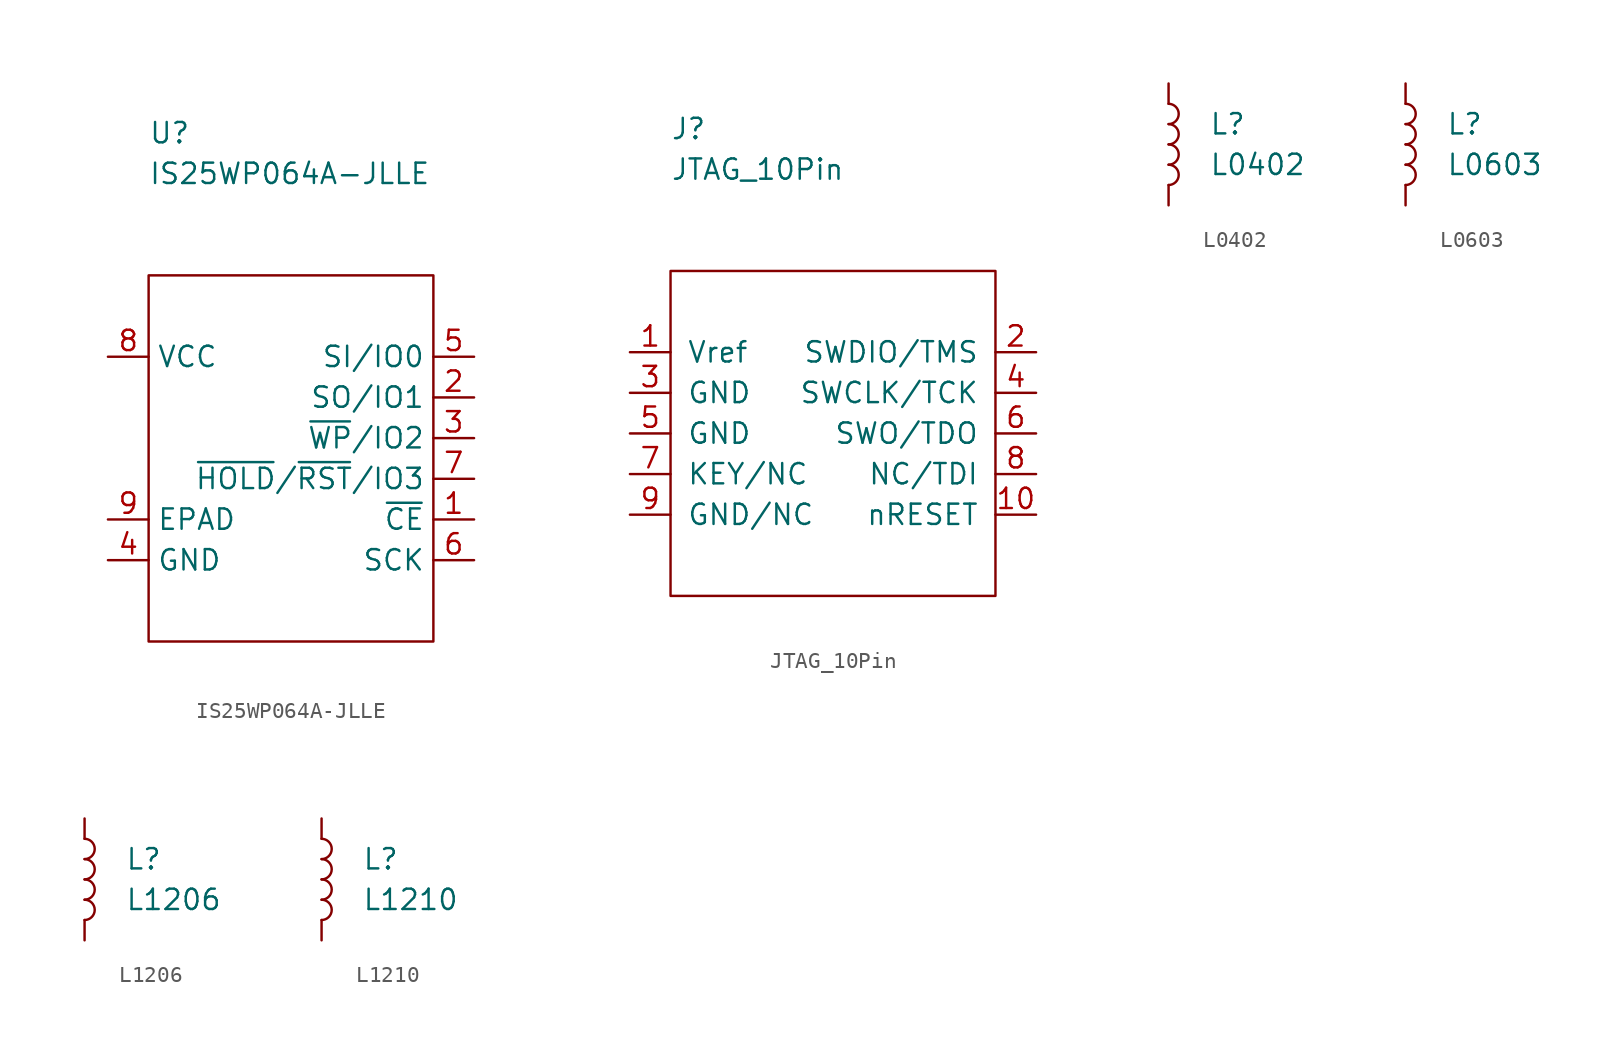
<source format=kicad_sym>
(kicad_symbol_lib
  (version 20211014)
  (generator kicad_symbol_editor)
  (symbol "IS25WP064A-JLLE"
    (property "Reference" "U"
      (at 0 8.89 0)
      (effects (font (size 1.27 1.27)) (justify left)))
    (property "Value" "IS25WP064A-JLLE"
      (at 0 6.35 0)
      (effects (font (size 1.27 1.27)) (justify left)))
    (symbol "IS25WP064A-JLLE_0_1"
      (rectangle (start 0 0) (end 17.78 -22.86) (stroke (width 0.152) (type default) (color 0 0 0 0)) (fill (type none))))
    (symbol "IS25WP064A-JLLE_1_1"
      (pin passive line (at 20.32 -15.24 180) (length 2.54) (name "~{CE}" (effects (font (size 1.27 1.27)))) (number "1" (effects (font (size 1.27 1.27)))))
      (pin passive line (at 20.32 -7.62 180) (length 2.54) (name "SO/IO1" (effects (font (size 1.27 1.27)))) (number "2" (effects (font (size 1.27 1.27)))))
      (pin passive line (at 20.32 -10.16 180) (length 2.54) (name "~{WP}/IO2" (effects (font (size 1.27 1.27)))) (number "3" (effects (font (size 1.27 1.27)))))
      (pin passive line (at -2.54 -17.78 0) (length 2.54) (name "GND" (effects (font (size 1.27 1.27)))) (number "4" (effects (font (size 1.27 1.27)))))
      (pin passive line (at 20.32 -5.08 180) (length 2.54) (name "SI/IO0" (effects (font (size 1.27 1.27)))) (number "5" (effects (font (size 1.27 1.27)))))
      (pin passive line (at 20.32 -17.78 180) (length 2.54) (name "SCK" (effects (font (size 1.27 1.27)))) (number "6" (effects (font (size 1.27 1.27)))))
      (pin passive line (at 20.32 -12.7 180) (length 2.54) (name "~{HOLD}/~{RST}/IO3" (effects (font (size 1.27 1.27)))) (number "7" (effects (font (size 1.27 1.27)))))
      (pin passive line (at -2.54 -5.08 0) (length 2.54) (name "VCC" (effects (font (size 1.27 1.27)))) (number "8" (effects (font (size 1.27 1.27)))))
      (pin passive line (at -2.54 -15.24 0) (length 2.54) (name "EPAD" (effects (font (size 1.27 1.27)))) (number "9" (effects (font (size 1.27 1.27)))))))
  (symbol "JTAG_10Pin"
    (pin_names
      (offset 1.016))
    (property "Reference" "J"
      (at 0 8.89 0)
      (effects (font (size 1.27 1.27)) (justify left)))
    (property "Value" "JTAG_10Pin"
      (at 0 6.35 0)
      (effects (font (size 1.27 1.27)) (justify left)))
    (symbol "JTAG_10Pin_0_1"
      (rectangle (start 0 0) (end 20.32 -20.32) (stroke (width 0.152) (type default) (color 0 0 0 0)) (fill (type none))))
    (symbol "JTAG_10Pin_1_1"
      (pin passive line (at -2.54 -5.08 0) (length 2.54) (name "Vref" (effects (font (size 1.27 1.27)))) (number "1" (effects (font (size 1.27 1.27)))))
      (pin passive line (at 22.86 -15.24 180) (length 2.54) (name "nRESET" (effects (font (size 1.27 1.27)))) (number "10" (effects (font (size 1.27 1.27)))))
      (pin passive line (at 22.86 -5.08 180) (length 2.54) (name "SWDIO/TMS" (effects (font (size 1.27 1.27)))) (number "2" (effects (font (size 1.27 1.27)))))
      (pin passive line (at -2.54 -7.62 0) (length 2.54) (name "GND" (effects (font (size 1.27 1.27)))) (number "3" (effects (font (size 1.27 1.27)))))
      (pin passive line (at 22.86 -7.62 180) (length 2.54) (name "SWCLK/TCK" (effects (font (size 1.27 1.27)))) (number "4" (effects (font (size 1.27 1.27)))))
      (pin passive line (at -2.54 -10.16 0) (length 2.54) (name "GND" (effects (font (size 1.27 1.27)))) (number "5" (effects (font (size 1.27 1.27)))))
      (pin passive line (at 22.86 -10.16 180) (length 2.54) (name "SWO/TDO" (effects (font (size 1.27 1.27)))) (number "6" (effects (font (size 1.27 1.27)))))
      (pin passive line (at -2.54 -12.7 0) (length 2.54) (name "KEY/NC" (effects (font (size 1.27 1.27)))) (number "7" (effects (font (size 1.27 1.27)))))
      (pin passive line (at 22.86 -12.7 180) (length 2.54) (name "NC/TDI" (effects (font (size 1.27 1.27)))) (number "8" (effects (font (size 1.27 1.27)))))
      (pin passive line (at -2.54 -15.24 0) (length 2.54) (name "GND/NC" (effects (font (size 1.27 1.27)))) (number "9" (effects (font (size 1.27 1.27)))))))
  (symbol "L0402"
    (pin_numbers hide)
    (pin_names
      (offset 1.016) hide)
    (property "Reference" "L"
      (at 2.54 2.54 0)
      (effects (font (size 1.27 1.27)) (justify left)))
    (property "Value" "L0402"
      (at 2.54 0 0)
      (effects (font (size 1.27 1.27)) (justify left)))
    (symbol "L0402_0_1"
      (arc (start 0 -1.27) (mid 0.635 -0.635) (end 0 0) (stroke (width 0) (type default) (color 0 0 0 0)) (fill (type none)))
      (arc (start 0 0) (mid 0.635 0.635) (end 0 1.27) (stroke (width 0) (type default) (color 0 0 0 0)) (fill (type none)))
      (arc (start 0 1.27) (mid 0.635 1.905) (end 0 2.54) (stroke (width 0) (type default) (color 0 0 0 0)) (fill (type none)))
      (arc (start 0 2.54) (mid 0.635 3.175) (end 0 3.81) (stroke (width 0) (type default) (color 0 0 0 0)) (fill (type none))))
    (symbol "L0402_1_1"
      (pin passive line (at 0 5.08 270) (length 1.27) (name "1" (effects (font (size 1.27 1.27)))) (number "1" (effects (font (size 1.27 1.27)))))
      (pin passive line (at 0 -2.54 90) (length 1.27) (name "2" (effects (font (size 1.27 1.27)))) (number "2" (effects (font (size 1.27 1.27)))))))
  (symbol "L0603"
    (pin_numbers hide)
    (pin_names
      (offset 1.016) hide)
    (property "Reference" "L"
      (at 2.54 2.54 0)
      (effects (font (size 1.27 1.27)) (justify left)))
    (property "Value" "L0603"
      (at 2.54 0 0)
      (effects (font (size 1.27 1.27)) (justify left)))
    (symbol "L0603_0_1"
      (arc (start 0 -1.27) (mid 0.635 -0.635) (end 0 0) (stroke (width 0) (type default) (color 0 0 0 0)) (fill (type none)))
      (arc (start 0 0) (mid 0.635 0.635) (end 0 1.27) (stroke (width 0) (type default) (color 0 0 0 0)) (fill (type none)))
      (arc (start 0 1.27) (mid 0.635 1.905) (end 0 2.54) (stroke (width 0) (type default) (color 0 0 0 0)) (fill (type none)))
      (arc (start 0 2.54) (mid 0.635 3.175) (end 0 3.81) (stroke (width 0) (type default) (color 0 0 0 0)) (fill (type none))))
    (symbol "L0603_1_1"
      (pin passive line (at 0 5.08 270) (length 1.27) (name "1" (effects (font (size 1.27 1.27)))) (number "1" (effects (font (size 1.27 1.27)))))
      (pin passive line (at 0 -2.54 90) (length 1.27) (name "2" (effects (font (size 1.27 1.27)))) (number "2" (effects (font (size 1.27 1.27)))))))
  (symbol "L1206"
    (pin_numbers hide)
    (pin_names
      (offset 1.016) hide)
    (property "Reference" "L"
      (at 2.54 2.54 0)
      (effects (font (size 1.27 1.27)) (justify left)))
    (property "Value" "L1206"
      (at 2.54 0 0)
      (effects (font (size 1.27 1.27)) (justify left)))
    (symbol "L1206_0_1"
      (arc (start 0 -1.27) (mid 0.635 -0.635) (end 0 0) (stroke (width 0) (type default) (color 0 0 0 0)) (fill (type none)))
      (arc (start 0 0) (mid 0.635 0.635) (end 0 1.27) (stroke (width 0) (type default) (color 0 0 0 0)) (fill (type none)))
      (arc (start 0 1.27) (mid 0.635 1.905) (end 0 2.54) (stroke (width 0) (type default) (color 0 0 0 0)) (fill (type none)))
      (arc (start 0 2.54) (mid 0.635 3.175) (end 0 3.81) (stroke (width 0) (type default) (color 0 0 0 0)) (fill (type none))))
    (symbol "L1206_1_1"
      (pin passive line (at 0 5.08 270) (length 1.27) (name "1" (effects (font (size 1.27 1.27)))) (number "1" (effects (font (size 1.27 1.27)))))
      (pin passive line (at 0 -2.54 90) (length 1.27) (name "2" (effects (font (size 1.27 1.27)))) (number "2" (effects (font (size 1.27 1.27)))))))
  (symbol "L1210"
    (pin_numbers hide)
    (pin_names
      (offset 1.016) hide)
    (property "Reference" "L"
      (at 2.54 2.54 0)
      (effects (font (size 1.27 1.27)) (justify left)))
    (property "Value" "L1210"
      (at 2.54 0 0)
      (effects (font (size 1.27 1.27)) (justify left)))
    (symbol "L1210_0_1"
      (arc (start 0 -1.27) (mid 0.635 -0.635) (end 0 0) (stroke (width 0) (type default) (color 0 0 0 0)) (fill (type none)))
      (arc (start 0 0) (mid 0.635 0.635) (end 0 1.27) (stroke (width 0) (type default) (color 0 0 0 0)) (fill (type none)))
      (arc (start 0 1.27) (mid 0.635 1.905) (end 0 2.54) (stroke (width 0) (type default) (color 0 0 0 0)) (fill (type none)))
      (arc (start 0 2.54) (mid 0.635 3.175) (end 0 3.81) (stroke (width 0) (type default) (color 0 0 0 0)) (fill (type none))))
    (symbol "L1210_1_1"
      (pin passive line (at 0 5.08 270) (length 1.27) (name "1" (effects (font (size 1.27 1.27)))) (number "1" (effects (font (size 1.27 1.27)))))
      (pin passive line (at 0 -2.54 90) (length 1.27) (name "2" (effects (font (size 1.27 1.27)))) (number "2" (effects (font (size 1.27 1.27))))))))
</source>
